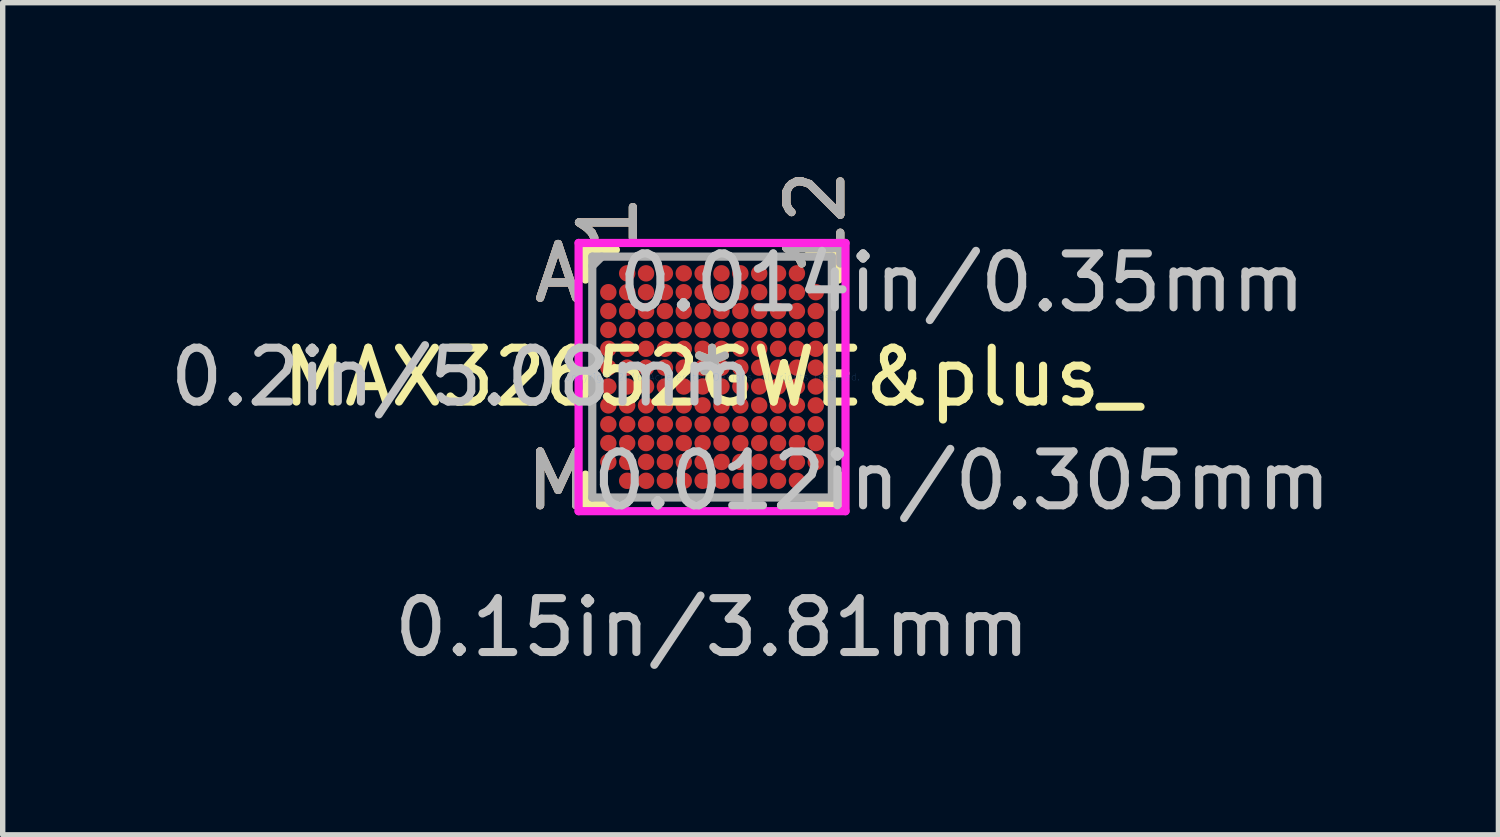
<source format=kicad_pcb>
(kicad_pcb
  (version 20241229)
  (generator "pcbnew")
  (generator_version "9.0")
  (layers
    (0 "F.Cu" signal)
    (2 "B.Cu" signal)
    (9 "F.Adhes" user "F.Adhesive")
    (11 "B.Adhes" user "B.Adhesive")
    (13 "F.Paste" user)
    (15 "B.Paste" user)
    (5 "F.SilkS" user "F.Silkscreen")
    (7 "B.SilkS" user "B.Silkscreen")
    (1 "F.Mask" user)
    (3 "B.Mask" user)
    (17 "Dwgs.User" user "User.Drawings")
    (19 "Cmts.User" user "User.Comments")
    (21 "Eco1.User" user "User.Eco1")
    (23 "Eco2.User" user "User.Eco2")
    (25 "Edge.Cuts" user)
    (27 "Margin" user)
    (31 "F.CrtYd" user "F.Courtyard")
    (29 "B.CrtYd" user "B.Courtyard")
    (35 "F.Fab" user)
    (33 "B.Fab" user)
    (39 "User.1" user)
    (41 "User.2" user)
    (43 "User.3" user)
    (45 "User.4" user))
  (footprint "MAX32652GWE&plus_"
    (layer "F.Cu")
    (at 10.165 3.948)
    (property "Reference" "MAX32652GWE&plus_" (at 0 0 0) (layer "F.SilkS") (effects (font (size 1 1) (thickness 0.15))))
    (attr through_hole)
    (fp_line (start -2.349 -2.362) (end -2.349 -1.81) (stroke (width 0.152) (type solid)) (layer "F.SilkS"))
    (fp_line (start -2.349 1.81) (end -2.349 2.362) (stroke (width 0.152) (type solid)) (layer "F.SilkS"))
    (fp_line (start -2.349 2.362) (end -1.785 2.362) (stroke (width 0.152) (type solid)) (layer "F.SilkS"))
    (fp_line (start -1.785 -2.362) (end -2.349 -2.362) (stroke (width 0.152) (type solid)) (layer "F.SilkS"))
    (fp_line (start 1.785 2.362) (end 2.349 2.362) (stroke (width 0.152) (type solid)) (layer "F.SilkS"))
    (fp_line (start 2.349 -2.362) (end 1.785 -2.362) (stroke (width 0.152) (type solid)) (layer "F.SilkS"))
    (fp_line (start 2.349 -1.81) (end 2.349 -2.362) (stroke (width 0.152) (type solid)) (layer "F.SilkS"))
    (fp_line (start 2.349 2.362) (end 2.349 1.81) (stroke (width 0.152) (type solid)) (layer "F.SilkS"))
    (fp_line (start -2.477 -2.489) (end 2.477 -2.489) (stroke (width 0.152) (type solid)) (layer "F.CrtYd"))
    (fp_line (start -2.477 2.489) (end -2.477 -2.489) (stroke (width 0.152) (type solid)) (layer "F.CrtYd"))
    (fp_line (start 2.477 -2.489) (end 2.477 2.489) (stroke (width 0.152) (type solid)) (layer "F.CrtYd"))
    (fp_line (start 2.477 2.489) (end -2.477 2.489) (stroke (width 0.152) (type solid)) (layer "F.CrtYd"))
    (fp_line (start -2.223 -2.235) (end -2.223 2.235) (stroke (width 0.152) (type solid)) (layer "F.Fab"))
    (fp_line (start -2.223 2.235) (end 2.223 2.235) (stroke (width 0.152) (type solid)) (layer "F.Fab"))
    (fp_line (start -2.047 -2.235) (end -2.223 -2.06) (stroke (width 0.152) (type solid)) (layer "F.Fab"))
    (fp_line (start 2.223 -2.235) (end -2.223 -2.235) (stroke (width 0.152) (type solid)) (layer "F.Fab"))
    (fp_line (start 2.223 2.235) (end 2.223 -2.235) (stroke (width 0.152) (type solid)) (layer "F.Fab"))
    (fp_text user "12" (at 1.925 -2.87 90) (layer "F.SilkS") (effects (font (size 1 1) (thickness 0.15))))
    (fp_text user "*" (at 0 0 0) (layer "F.SilkS") (effects (font (size 1 1) (thickness 0.15))))
    (fp_text user "1" (at -1.925 -2.87 90) (layer "F.SilkS") (effects (font (size 1 1) (thickness 0.15))))
    (fp_text user "M" (at -2.857 1.925 0) (layer "F.SilkS") (effects (font (size 1 1) (thickness 0.15))))
    (fp_text user "A" (at -2.857 -1.925 0) (layer "F.SilkS") (effects (font (size 1 1) (thickness 0.15))))
    (fp_text user "M" (at -2.857 1.925 0) (layer "B.SilkS") (effects (font (size 1 1) (thickness 0.15))))
    (fp_text user "A" (at -2.857 -1.925 0) (layer "B.SilkS") (effects (font (size 1 1) (thickness 0.15))))
    (fp_text user "1" (at -1.925 -2.87 90) (layer "B.SilkS") (effects (font (size 1 1) (thickness 0.15))))
    (fp_text user "12" (at 1.925 -2.87 90) (layer "B.SilkS") (effects (font (size 1 1) (thickness 0.15))))
    (fp_text user "0.2in/5.08mm" (at -4.636 0 0) (layer "Dwgs.User") (effects (font (size 1 1) (thickness 0.15))))
    (fp_text user "0.012in/0.305mm" (at 4.636 1.925 0) (layer "Dwgs.User") (effects (font (size 1 1) (thickness 0.15))))
    (fp_text user "0.014in/0.35mm" (at 4.636 -1.75 0) (layer "Dwgs.User") (effects (font (size 1 1) (thickness 0.15))))
    (fp_text user "0.15in/3.81mm" (at 0 4.648 0) (layer "Dwgs.User") (effects (font (size 1 1) (thickness 0.15))))
    (fp_text user "Copyright 2016 Accelerated Designs. All rights reserved." (at 0 0 0) (layer "Cmts.User") (effects (font (size 0.127 0.127) (thickness 0.002))))
    (fp_text user "1" (at -1.925 -2.87 90) (layer "F.Fab") (effects (font (size 1 1) (thickness 0.15))))
    (fp_text user "A" (at -2.857 -1.925 0) (layer "F.Fab") (effects (font (size 1 1) (thickness 0.15))))
    (fp_text user "*" (at 0 0 0) (layer "F.Fab") (effects (font (size 1 1) (thickness 0.15))))
    (fp_text user "M" (at -2.857 1.925 0) (layer "F.Fab") (effects (font (size 1 1) (thickness 0.15))))
    (fp_text user "12" (at 1.925 -2.87 90) (layer "F.Fab") (effects (font (size 1 1) (thickness 0.15))))
    (pad "A2" smd circle (at -1.575 -1.925) (size 0.305 0.305) (layers "F.Cu" "F.Mask" "F.Paste"))
    (pad "A3" smd circle (at -1.225 -1.925) (size 0.305 0.305) (layers "F.Cu" "F.Mask" "F.Paste"))
    (pad "A4" smd circle (at -0.875 -1.925) (size 0.305 0.305) (layers "F.Cu" "F.Mask" "F.Paste"))
    (pad "A5" smd circle (at -0.525 -1.925) (size 0.305 0.305) (layers "F.Cu" "F.Mask" "F.Paste"))
    (pad "A6" smd circle (at -0.175 -1.925) (size 0.305 0.305) (layers "F.Cu" "F.Mask" "F.Paste"))
    (pad "A7" smd circle (at 0.175 -1.925) (size 0.305 0.305) (layers "F.Cu" "F.Mask" "F.Paste"))
    (pad "A8" smd circle (at 0.525 -1.925) (size 0.305 0.305) (layers "F.Cu" "F.Mask" "F.Paste"))
    (pad "A9" smd circle (at 0.875 -1.925) (size 0.305 0.305) (layers "F.Cu" "F.Mask" "F.Paste"))
    (pad "A10" smd circle (at 1.225 -1.925) (size 0.305 0.305) (layers "F.Cu" "F.Mask" "F.Paste"))
    (pad "A11" smd circle (at 1.575 -1.925) (size 0.305 0.305) (layers "F.Cu" "F.Mask" "F.Paste"))
    (pad "B1" smd circle (at -1.925 -1.575) (size 0.305 0.305) (layers "F.Cu" "F.Mask" "F.Paste"))
    (pad "B2" smd circle (at -1.575 -1.575) (size 0.305 0.305) (layers "F.Cu" "F.Mask" "F.Paste"))
    (pad "B3" smd circle (at -1.225 -1.575) (size 0.305 0.305) (layers "F.Cu" "F.Mask" "F.Paste"))
    (pad "B4" smd circle (at -0.875 -1.575) (size 0.305 0.305) (layers "F.Cu" "F.Mask" "F.Paste"))
    (pad "B5" smd circle (at -0.525 -1.575) (size 0.305 0.305) (layers "F.Cu" "F.Mask" "F.Paste"))
    (pad "B6" smd circle (at -0.175 -1.575) (size 0.305 0.305) (layers "F.Cu" "F.Mask" "F.Paste"))
    (pad "B7" smd circle (at 0.175 -1.575) (size 0.305 0.305) (layers "F.Cu" "F.Mask" "F.Paste"))
    (pad "B8" smd circle (at 0.525 -1.575) (size 0.305 0.305) (layers "F.Cu" "F.Mask" "F.Paste"))
    (pad "B9" smd circle (at 0.875 -1.575) (size 0.305 0.305) (layers "F.Cu" "F.Mask" "F.Paste"))
    (pad "B10" smd circle (at 1.225 -1.575) (size 0.305 0.305) (layers "F.Cu" "F.Mask" "F.Paste"))
    (pad "B11" smd circle (at 1.575 -1.575) (size 0.305 0.305) (layers "F.Cu" "F.Mask" "F.Paste"))
    (pad "B12" smd circle (at 1.925 -1.575) (size 0.305 0.305) (layers "F.Cu" "F.Mask" "F.Paste"))
    (pad "C1" smd circle (at -1.925 -1.225) (size 0.305 0.305) (layers "F.Cu" "F.Mask" "F.Paste"))
    (pad "C2" smd circle (at -1.575 -1.225) (size 0.305 0.305) (layers "F.Cu" "F.Mask" "F.Paste"))
    (pad "C3" smd circle (at -1.225 -1.225) (size 0.305 0.305) (layers "F.Cu" "F.Mask" "F.Paste"))
    (pad "C4" smd circle (at -0.875 -1.225) (size 0.305 0.305) (layers "F.Cu" "F.Mask" "F.Paste"))
    (pad "C5" smd circle (at -0.525 -1.225) (size 0.305 0.305) (layers "F.Cu" "F.Mask" "F.Paste"))
    (pad "C6" smd circle (at -0.175 -1.225) (size 0.305 0.305) (layers "F.Cu" "F.Mask" "F.Paste"))
    (pad "C7" smd circle (at 0.175 -1.225) (size 0.305 0.305) (layers "F.Cu" "F.Mask" "F.Paste"))
    (pad "C8" smd circle (at 0.525 -1.225) (size 0.305 0.305) (layers "F.Cu" "F.Mask" "F.Paste"))
    (pad "C9" smd circle (at 0.875 -1.225) (size 0.305 0.305) (layers "F.Cu" "F.Mask" "F.Paste"))
    (pad "C10" smd circle (at 1.225 -1.225) (size 0.305 0.305) (layers "F.Cu" "F.Mask" "F.Paste"))
    (pad "C11" smd circle (at 1.575 -1.225) (size 0.305 0.305) (layers "F.Cu" "F.Mask" "F.Paste"))
    (pad "C12" smd circle (at 1.925 -1.225) (size 0.305 0.305) (layers "F.Cu" "F.Mask" "F.Paste"))
    (pad "D1" smd circle (at -1.925 -0.875) (size 0.305 0.305) (layers "F.Cu" "F.Mask" "F.Paste"))
    (pad "D2" smd circle (at -1.575 -0.875) (size 0.305 0.305) (layers "F.Cu" "F.Mask" "F.Paste"))
    (pad "D3" smd circle (at -1.225 -0.875) (size 0.305 0.305) (layers "F.Cu" "F.Mask" "F.Paste"))
    (pad "D4" smd circle (at -0.875 -0.875) (size 0.305 0.305) (layers "F.Cu" "F.Mask" "F.Paste"))
    (pad "D5" smd circle (at -0.525 -0.875) (size 0.305 0.305) (layers "F.Cu" "F.Mask" "F.Paste"))
    (pad "D6" smd circle (at -0.175 -0.875) (size 0.305 0.305) (layers "F.Cu" "F.Mask" "F.Paste"))
    (pad "D7" smd circle (at 0.175 -0.875) (size 0.305 0.305) (layers "F.Cu" "F.Mask" "F.Paste"))
    (pad "D8" smd circle (at 0.525 -0.875) (size 0.305 0.305) (layers "F.Cu" "F.Mask" "F.Paste"))
    (pad "D9" smd circle (at 0.875 -0.875) (size 0.305 0.305) (layers "F.Cu" "F.Mask" "F.Paste"))
    (pad "D10" smd circle (at 1.225 -0.875) (size 0.305 0.305) (layers "F.Cu" "F.Mask" "F.Paste"))
    (pad "D11" smd circle (at 1.575 -0.875) (size 0.305 0.305) (layers "F.Cu" "F.Mask" "F.Paste"))
    (pad "D12" smd circle (at 1.925 -0.875) (size 0.305 0.305) (layers "F.Cu" "F.Mask" "F.Paste"))
    (pad "E1" smd circle (at -1.925 -0.525) (size 0.305 0.305) (layers "F.Cu" "F.Mask" "F.Paste"))
    (pad "E2" smd circle (at -1.575 -0.525) (size 0.305 0.305) (layers "F.Cu" "F.Mask" "F.Paste"))
    (pad "E3" smd circle (at -1.225 -0.525) (size 0.305 0.305) (layers "F.Cu" "F.Mask" "F.Paste"))
    (pad "E4" smd circle (at -0.875 -0.525) (size 0.305 0.305) (layers "F.Cu" "F.Mask" "F.Paste"))
    (pad "E5" smd circle (at -0.525 -0.525) (size 0.305 0.305) (layers "F.Cu" "F.Mask" "F.Paste"))
    (pad "E6" smd circle (at -0.175 -0.525) (size 0.305 0.305) (layers "F.Cu" "F.Mask" "F.Paste"))
    (pad "E7" smd circle (at 0.175 -0.525) (size 0.305 0.305) (layers "F.Cu" "F.Mask" "F.Paste"))
    (pad "E8" smd circle (at 0.525 -0.525) (size 0.305 0.305) (layers "F.Cu" "F.Mask" "F.Paste"))
    (pad "E9" smd circle (at 0.875 -0.525) (size 0.305 0.305) (layers "F.Cu" "F.Mask" "F.Paste"))
    (pad "E10" smd circle (at 1.225 -0.525) (size 0.305 0.305) (layers "F.Cu" "F.Mask" "F.Paste"))
    (pad "E11" smd circle (at 1.575 -0.525) (size 0.305 0.305) (layers "F.Cu" "F.Mask" "F.Paste"))
    (pad "E12" smd circle (at 1.925 -0.525) (size 0.305 0.305) (layers "F.Cu" "F.Mask" "F.Paste"))
    (pad "F1" smd circle (at -1.925 -0.175) (size 0.305 0.305) (layers "F.Cu" "F.Mask" "F.Paste"))
    (pad "F2" smd circle (at -1.575 -0.175) (size 0.305 0.305) (layers "F.Cu" "F.Mask" "F.Paste"))
    (pad "F3" smd circle (at -1.225 -0.175) (size 0.305 0.305) (layers "F.Cu" "F.Mask" "F.Paste"))
    (pad "F4" smd circle (at -0.875 -0.175) (size 0.305 0.305) (layers "F.Cu" "F.Mask" "F.Paste"))
    (pad "F5" smd circle (at -0.525 -0.175) (size 0.305 0.305) (layers "F.Cu" "F.Mask" "F.Paste"))
    (pad "F6" smd circle (at -0.175 -0.175) (size 0.305 0.305) (layers "F.Cu" "F.Mask" "F.Paste"))
    (pad "F7" smd circle (at 0.175 -0.175) (size 0.305 0.305) (layers "F.Cu" "F.Mask" "F.Paste"))
    (pad "F8" smd circle (at 0.525 -0.175) (size 0.305 0.305) (layers "F.Cu" "F.Mask" "F.Paste"))
    (pad "F9" smd circle (at 0.875 -0.175) (size 0.305 0.305) (layers "F.Cu" "F.Mask" "F.Paste"))
    (pad "F10" smd circle (at 1.225 -0.175) (size 0.305 0.305) (layers "F.Cu" "F.Mask" "F.Paste"))
    (pad "F11" smd circle (at 1.575 -0.175) (size 0.305 0.305) (layers "F.Cu" "F.Mask" "F.Paste"))
    (pad "F12" smd circle (at 1.925 -0.175) (size 0.305 0.305) (layers "F.Cu" "F.Mask" "F.Paste"))
    (pad "G1" smd circle (at -1.925 0.175) (size 0.305 0.305) (layers "F.Cu" "F.Mask" "F.Paste"))
    (pad "G2" smd circle (at -1.575 0.175) (size 0.305 0.305) (layers "F.Cu" "F.Mask" "F.Paste"))
    (pad "G3" smd circle (at -1.225 0.175) (size 0.305 0.305) (layers "F.Cu" "F.Mask" "F.Paste"))
    (pad "G4" smd circle (at -0.875 0.175) (size 0.305 0.305) (layers "F.Cu" "F.Mask" "F.Paste"))
    (pad "G5" smd circle (at -0.525 0.175) (size 0.305 0.305) (layers "F.Cu" "F.Mask" "F.Paste"))
    (pad "G6" smd circle (at -0.175 0.175) (size 0.305 0.305) (layers "F.Cu" "F.Mask" "F.Paste"))
    (pad "G7" smd circle (at 0.175 0.175) (size 0.305 0.305) (layers "F.Cu" "F.Mask" "F.Paste"))
    (pad "G8" smd circle (at 0.525 0.175) (size 0.305 0.305) (layers "F.Cu" "F.Mask" "F.Paste"))
    (pad "G9" smd circle (at 0.875 0.175) (size 0.305 0.305) (layers "F.Cu" "F.Mask" "F.Paste"))
    (pad "G10" smd circle (at 1.225 0.175) (size 0.305 0.305) (layers "F.Cu" "F.Mask" "F.Paste"))
    (pad "G11" smd circle (at 1.575 0.175) (size 0.305 0.305) (layers "F.Cu" "F.Mask" "F.Paste"))
    (pad "G12" smd circle (at 1.925 0.175) (size 0.305 0.305) (layers "F.Cu" "F.Mask" "F.Paste"))
    (pad "H1" smd circle (at -1.925 0.525) (size 0.305 0.305) (layers "F.Cu" "F.Mask" "F.Paste"))
    (pad "H2" smd circle (at -1.575 0.525) (size 0.305 0.305) (layers "F.Cu" "F.Mask" "F.Paste"))
    (pad "H3" smd circle (at -1.225 0.525) (size 0.305 0.305) (layers "F.Cu" "F.Mask" "F.Paste"))
    (pad "H4" smd circle (at -0.875 0.525) (size 0.305 0.305) (layers "F.Cu" "F.Mask" "F.Paste"))
    (pad "H5" smd circle (at -0.525 0.525) (size 0.305 0.305) (layers "F.Cu" "F.Mask" "F.Paste"))
    (pad "H6" smd circle (at -0.175 0.525) (size 0.305 0.305) (layers "F.Cu" "F.Mask" "F.Paste"))
    (pad "H7" smd circle (at 0.175 0.525) (size 0.305 0.305) (layers "F.Cu" "F.Mask" "F.Paste"))
    (pad "H8" smd circle (at 0.525 0.525) (size 0.305 0.305) (layers "F.Cu" "F.Mask" "F.Paste"))
    (pad "H9" smd circle (at 0.875 0.525) (size 0.305 0.305) (layers "F.Cu" "F.Mask" "F.Paste"))
    (pad "H10" smd circle (at 1.225 0.525) (size 0.305 0.305) (layers "F.Cu" "F.Mask" "F.Paste"))
    (pad "H11" smd circle (at 1.575 0.525) (size 0.305 0.305) (layers "F.Cu" "F.Mask" "F.Paste"))
    (pad "H12" smd circle (at 1.925 0.525) (size 0.305 0.305) (layers "F.Cu" "F.Mask" "F.Paste"))
    (pad "J1" smd circle (at -1.925 0.875) (size 0.305 0.305) (layers "F.Cu" "F.Mask" "F.Paste"))
    (pad "J2" smd circle (at -1.575 0.875) (size 0.305 0.305) (layers "F.Cu" "F.Mask" "F.Paste"))
    (pad "J3" smd circle (at -1.225 0.875) (size 0.305 0.305) (layers "F.Cu" "F.Mask" "F.Paste"))
    (pad "J4" smd circle (at -0.875 0.875) (size 0.305 0.305) (layers "F.Cu" "F.Mask" "F.Paste"))
    (pad "J5" smd circle (at -0.525 0.875) (size 0.305 0.305) (layers "F.Cu" "F.Mask" "F.Paste"))
    (pad "J6" smd circle (at -0.175 0.875) (size 0.305 0.305) (layers "F.Cu" "F.Mask" "F.Paste"))
    (pad "J7" smd circle (at 0.175 0.875) (size 0.305 0.305) (layers "F.Cu" "F.Mask" "F.Paste"))
    (pad "J8" smd circle (at 0.525 0.875) (size 0.305 0.305) (layers "F.Cu" "F.Mask" "F.Paste"))
    (pad "J9" smd circle (at 0.875 0.875) (size 0.305 0.305) (layers "F.Cu" "F.Mask" "F.Paste"))
    (pad "J10" smd circle (at 1.225 0.875) (size 0.305 0.305) (layers "F.Cu" "F.Mask" "F.Paste"))
    (pad "J11" smd circle (at 1.575 0.875) (size 0.305 0.305) (layers "F.Cu" "F.Mask" "F.Paste"))
    (pad "J12" smd circle (at 1.925 0.875) (size 0.305 0.305) (layers "F.Cu" "F.Mask" "F.Paste"))
    (pad "K1" smd circle (at -1.925 1.225) (size 0.305 0.305) (layers "F.Cu" "F.Mask" "F.Paste"))
    (pad "K2" smd circle (at -1.575 1.225) (size 0.305 0.305) (layers "F.Cu" "F.Mask" "F.Paste"))
    (pad "K3" smd circle (at -1.225 1.225) (size 0.305 0.305) (layers "F.Cu" "F.Mask" "F.Paste"))
    (pad "K4" smd circle (at -0.875 1.225) (size 0.305 0.305) (layers "F.Cu" "F.Mask" "F.Paste"))
    (pad "K5" smd circle (at -0.525 1.225) (size 0.305 0.305) (layers "F.Cu" "F.Mask" "F.Paste"))
    (pad "K6" smd circle (at -0.175 1.225) (size 0.305 0.305) (layers "F.Cu" "F.Mask" "F.Paste"))
    (pad "K7" smd circle (at 0.175 1.225) (size 0.305 0.305) (layers "F.Cu" "F.Mask" "F.Paste"))
    (pad "K8" smd circle (at 0.525 1.225) (size 0.305 0.305) (layers "F.Cu" "F.Mask" "F.Paste"))
    (pad "K9" smd circle (at 0.875 1.225) (size 0.305 0.305) (layers "F.Cu" "F.Mask" "F.Paste"))
    (pad "K10" smd circle (at 1.225 1.225) (size 0.305 0.305) (layers "F.Cu" "F.Mask" "F.Paste"))
    (pad "K11" smd circle (at 1.575 1.225) (size 0.305 0.305) (layers "F.Cu" "F.Mask" "F.Paste"))
    (pad "K12" smd circle (at 1.925 1.225) (size 0.305 0.305) (layers "F.Cu" "F.Mask" "F.Paste"))
    (pad "L1" smd circle (at -1.925 1.575) (size 0.305 0.305) (layers "F.Cu" "F.Mask" "F.Paste"))
    (pad "L2" smd circle (at -1.575 1.575) (size 0.305 0.305) (layers "F.Cu" "F.Mask" "F.Paste"))
    (pad "L3" smd circle (at -1.225 1.575) (size 0.305 0.305) (layers "F.Cu" "F.Mask" "F.Paste"))
    (pad "L4" smd circle (at -0.875 1.575) (size 0.305 0.305) (layers "F.Cu" "F.Mask" "F.Paste"))
    (pad "L5" smd circle (at -0.525 1.575) (size 0.305 0.305) (layers "F.Cu" "F.Mask" "F.Paste"))
    (pad "L6" smd circle (at -0.175 1.575) (size 0.305 0.305) (layers "F.Cu" "F.Mask" "F.Paste"))
    (pad "L7" smd circle (at 0.175 1.575) (size 0.305 0.305) (layers "F.Cu" "F.Mask" "F.Paste"))
    (pad "L8" smd circle (at 0.525 1.575) (size 0.305 0.305) (layers "F.Cu" "F.Mask" "F.Paste"))
    (pad "L9" smd circle (at 0.875 1.575) (size 0.305 0.305) (layers "F.Cu" "F.Mask" "F.Paste"))
    (pad "L10" smd circle (at 1.225 1.575) (size 0.305 0.305) (layers "F.Cu" "F.Mask" "F.Paste"))
    (pad "L11" smd circle (at 1.575 1.575) (size 0.305 0.305) (layers "F.Cu" "F.Mask" "F.Paste"))
    (pad "L12" smd circle (at 1.925 1.575) (size 0.305 0.305) (layers "F.Cu" "F.Mask" "F.Paste"))
    (pad "M2" smd circle (at -1.575 1.925) (size 0.305 0.305) (layers "F.Cu" "F.Mask" "F.Paste"))
    (pad "M3" smd circle (at -1.225 1.925) (size 0.305 0.305) (layers "F.Cu" "F.Mask" "F.Paste"))
    (pad "M4" smd circle (at -0.875 1.925) (size 0.305 0.305) (layers "F.Cu" "F.Mask" "F.Paste"))
    (pad "M5" smd circle (at -0.525 1.925) (size 0.305 0.305) (layers "F.Cu" "F.Mask" "F.Paste"))
    (pad "M6" smd circle (at -0.175 1.925) (size 0.305 0.305) (layers "F.Cu" "F.Mask" "F.Paste"))
    (pad "M7" smd circle (at 0.175 1.925) (size 0.305 0.305) (layers "F.Cu" "F.Mask" "F.Paste"))
    (pad "M8" smd circle (at 0.525 1.925) (size 0.305 0.305) (layers "F.Cu" "F.Mask" "F.Paste"))
    (pad "M9" smd circle (at 0.875 1.925) (size 0.305 0.305) (layers "F.Cu" "F.Mask" "F.Paste"))
    (pad "M10" smd circle (at 1.225 1.925) (size 0.305 0.305) (layers "F.Cu" "F.Mask" "F.Paste"))
    (pad "M11" smd circle (at 1.575 1.925) (size 0.305 0.305) (layers "F.Cu" "F.Mask" "F.Paste")))
  (gr_rect
    (start -3 -3)
    (end 24.759 12.444)
    (stroke (width 0.1) (type default))
    (fill no)
    (layer "Edge.Cuts")))
</source>
